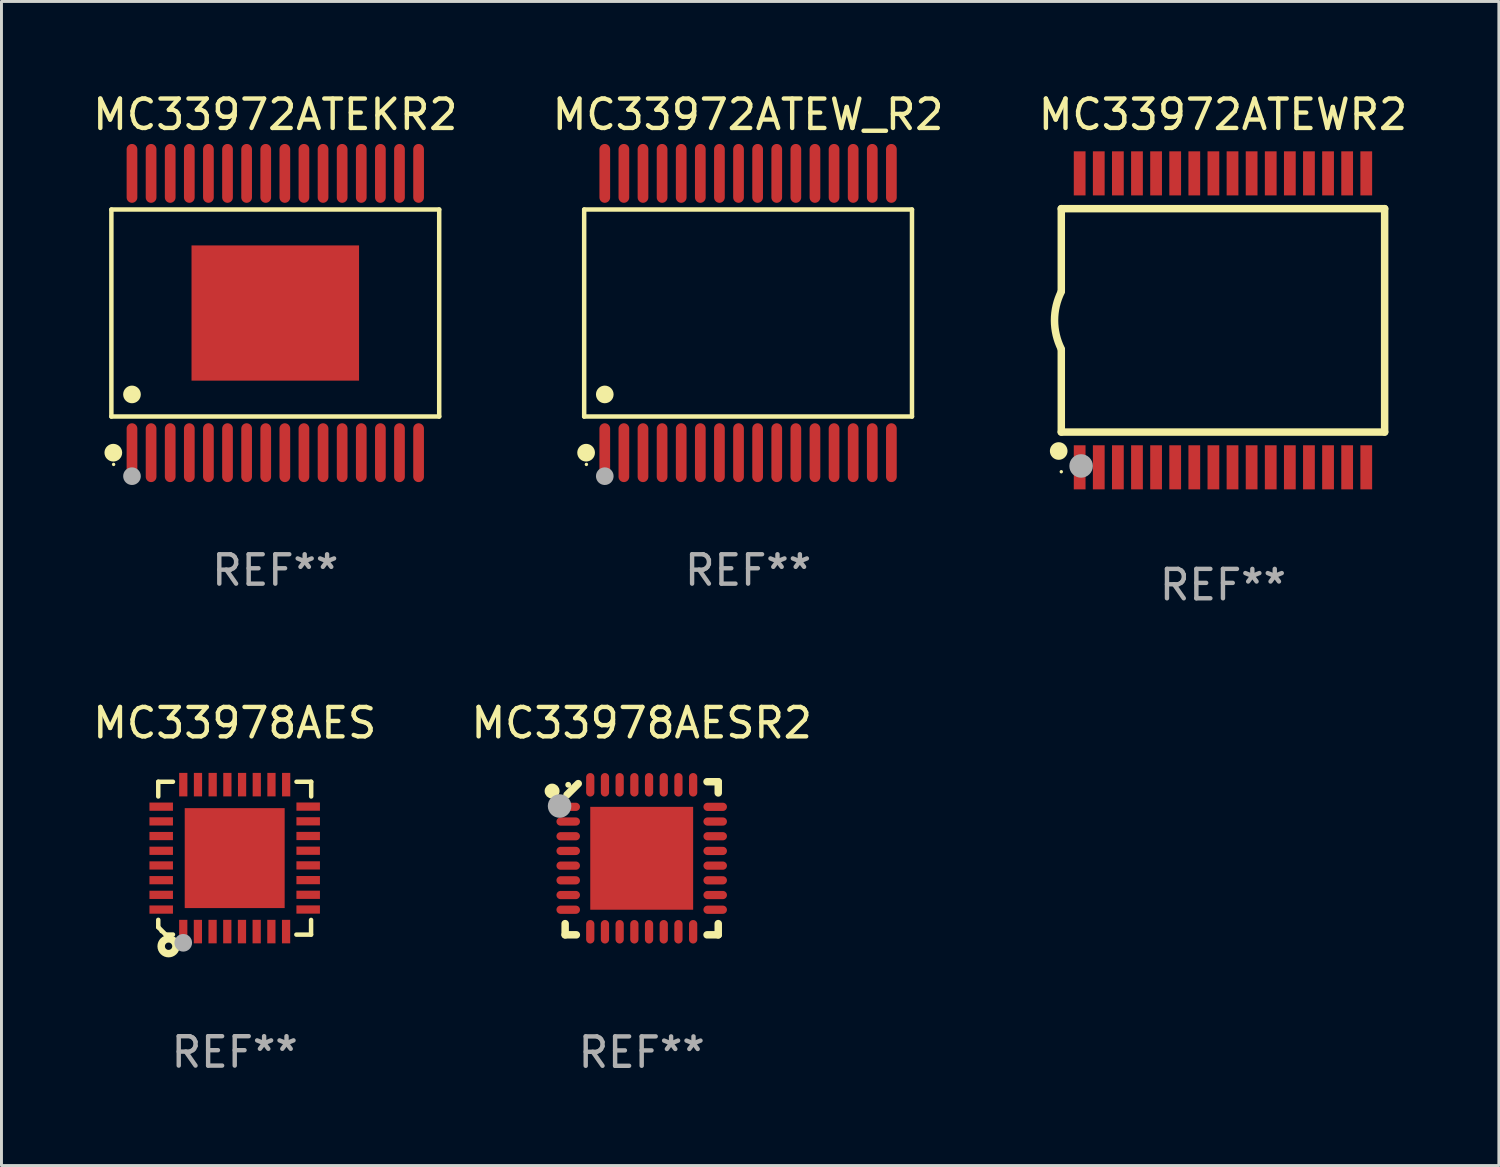
<source format=kicad_pcb>
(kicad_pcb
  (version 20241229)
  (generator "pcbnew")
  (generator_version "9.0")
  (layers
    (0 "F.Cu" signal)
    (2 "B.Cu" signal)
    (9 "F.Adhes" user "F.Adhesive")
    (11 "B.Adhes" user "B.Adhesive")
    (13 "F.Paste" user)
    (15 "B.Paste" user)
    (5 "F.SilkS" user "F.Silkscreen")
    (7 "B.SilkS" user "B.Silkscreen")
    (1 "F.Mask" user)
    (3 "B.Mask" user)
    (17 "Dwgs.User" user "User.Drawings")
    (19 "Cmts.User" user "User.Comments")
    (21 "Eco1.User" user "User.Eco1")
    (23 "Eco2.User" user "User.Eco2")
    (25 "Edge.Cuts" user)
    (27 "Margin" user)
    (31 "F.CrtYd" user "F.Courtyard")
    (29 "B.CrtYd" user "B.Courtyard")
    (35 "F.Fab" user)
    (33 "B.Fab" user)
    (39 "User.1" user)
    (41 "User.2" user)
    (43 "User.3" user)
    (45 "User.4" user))
  (footprint "MC33972ATEW_R2"
    (layer "F.Cu")
    (at 22.399 7.599)
    (property "Reference" "MC33972ATEW_R2" (at 0 -6.751 0) (layer "F.SilkS") (effects (font (size 1 1) (thickness 0.15))))
    (attr through_hole)
    (fp_line (start -5.576 -3.521) (end 5.576 -3.521) (stroke (width 0.152) (type solid)) (layer "F.SilkS"))
    (fp_line (start -5.576 3.521) (end -5.576 -3.521) (stroke (width 0.152) (type solid)) (layer "F.SilkS"))
    (fp_line (start 5.576 -3.521) (end 5.576 3.521) (stroke (width 0.152) (type solid)) (layer "F.SilkS"))
    (fp_line (start 5.576 3.521) (end -5.576 3.521) (stroke (width 0.152) (type solid)) (layer "F.SilkS"))
    (fp_circle (center -5.51 4.751) (end -5.359 4.751) (stroke (width 0.3) (type solid)) (fill no) (layer "F.SilkS"))
    (fp_circle (center -5.5 5.15) (end -5.47 5.15) (stroke (width 0.06) (type solid)) (fill no) (layer "F.SilkS"))
    (fp_circle (center -4.875 2.769) (end -4.725 2.769) (stroke (width 0.3) (type solid)) (fill no) (layer "F.SilkS"))
    (fp_circle (center -4.875 5.55) (end -4.725 5.55) (stroke (width 0.3) (type solid)) (fill no) (layer "F.Fab"))
    (fp_text user "REF**" (at 0 8.751 0) (layer "F.Fab") (effects (font (size 1 1) (thickness 0.15))))
    (pad "1" smd oval (at -4.875 4.751) (size 0.364 2.002) (layers "F.Cu" "F.Mask" "F.Paste"))
    (pad "2" smd oval (at -4.225 4.751) (size 0.364 2.002) (layers "F.Cu" "F.Mask" "F.Paste"))
    (pad "3" smd oval (at -3.575 4.751) (size 0.364 2.002) (layers "F.Cu" "F.Mask" "F.Paste"))
    (pad "4" smd oval (at -2.925 4.751) (size 0.364 2.002) (layers "F.Cu" "F.Mask" "F.Paste"))
    (pad "5" smd oval (at -2.275 4.751) (size 0.364 2.002) (layers "F.Cu" "F.Mask" "F.Paste"))
    (pad "6" smd oval (at -1.625 4.751) (size 0.364 2.002) (layers "F.Cu" "F.Mask" "F.Paste"))
    (pad "7" smd oval (at -0.975 4.751) (size 0.364 2.002) (layers "F.Cu" "F.Mask" "F.Paste"))
    (pad "8" smd oval (at -0.325 4.751) (size 0.364 2.002) (layers "F.Cu" "F.Mask" "F.Paste"))
    (pad "9" smd oval (at 0.325 4.751) (size 0.364 2.002) (layers "F.Cu" "F.Mask" "F.Paste"))
    (pad "10" smd oval (at 0.975 4.751) (size 0.364 2.002) (layers "F.Cu" "F.Mask" "F.Paste"))
    (pad "11" smd oval (at 1.625 4.751) (size 0.364 2.002) (layers "F.Cu" "F.Mask" "F.Paste"))
    (pad "12" smd oval (at 2.275 4.751) (size 0.364 2.002) (layers "F.Cu" "F.Mask" "F.Paste"))
    (pad "13" smd oval (at 2.925 4.751) (size 0.364 2.002) (layers "F.Cu" "F.Mask" "F.Paste"))
    (pad "14" smd oval (at 3.575 4.751) (size 0.364 2.002) (layers "F.Cu" "F.Mask" "F.Paste"))
    (pad "15" smd oval (at 4.225 4.751) (size 0.364 2.002) (layers "F.Cu" "F.Mask" "F.Paste"))
    (pad "16" smd oval (at 4.875 4.751) (size 0.364 2.002) (layers "F.Cu" "F.Mask" "F.Paste"))
    (pad "17" smd oval (at 4.875 -4.751) (size 0.364 2.002) (layers "F.Cu" "F.Mask" "F.Paste"))
    (pad "18" smd oval (at 4.225 -4.751) (size 0.364 2.002) (layers "F.Cu" "F.Mask" "F.Paste"))
    (pad "19" smd oval (at 3.575 -4.751) (size 0.364 2.002) (layers "F.Cu" "F.Mask" "F.Paste"))
    (pad "20" smd oval (at 2.925 -4.751) (size 0.364 2.002) (layers "F.Cu" "F.Mask" "F.Paste"))
    (pad "21" smd oval (at 2.275 -4.751) (size 0.364 2.002) (layers "F.Cu" "F.Mask" "F.Paste"))
    (pad "22" smd oval (at 1.625 -4.751) (size 0.364 2.002) (layers "F.Cu" "F.Mask" "F.Paste"))
    (pad "23" smd oval (at 0.975 -4.751) (size 0.364 2.002) (layers "F.Cu" "F.Mask" "F.Paste"))
    (pad "24" smd oval (at 0.325 -4.751) (size 0.364 2.002) (layers "F.Cu" "F.Mask" "F.Paste"))
    (pad "25" smd oval (at -0.325 -4.751) (size 0.364 2.002) (layers "F.Cu" "F.Mask" "F.Paste"))
    (pad "26" smd oval (at -0.975 -4.751) (size 0.364 2.002) (layers "F.Cu" "F.Mask" "F.Paste"))
    (pad "27" smd oval (at -1.625 -4.751) (size 0.364 2.002) (layers "F.Cu" "F.Mask" "F.Paste"))
    (pad "28" smd oval (at -2.275 -4.751) (size 0.364 2.002) (layers "F.Cu" "F.Mask" "F.Paste"))
    (pad "29" smd oval (at -2.925 -4.751) (size 0.364 2.002) (layers "F.Cu" "F.Mask" "F.Paste"))
    (pad "30" smd oval (at -3.575 -4.751) (size 0.364 2.002) (layers "F.Cu" "F.Mask" "F.Paste"))
    (pad "31" smd oval (at -4.225 -4.751) (size 0.364 2.002) (layers "F.Cu" "F.Mask" "F.Paste"))
    (pad "32" smd oval (at -4.875 -4.751) (size 0.364 2.002) (layers "F.Cu" "F.Mask" "F.Paste")))
  (footprint "MC33972ATEWR2"
    (layer "F.Cu")
    (at 38.554 7.848)
    (property "Reference" "MC33972ATEWR2" (at 0 -7 0) (layer "F.SilkS") (effects (font (size 1 1) (thickness 0.15))))
    (attr through_hole)
    (fp_line (start -5.5 -3.8) (end 5.5 -3.8) (stroke (width 0.254) (type solid)) (layer "F.SilkS"))
    (fp_line (start -5.5 -1) (end -5.5 -3.8) (stroke (width 0.254) (type solid)) (layer "F.SilkS"))
    (fp_line (start -5.5 3.8) (end -5.5 1) (stroke (width 0.254) (type solid)) (layer "F.SilkS"))
    (fp_line (start 5.5 -3.8) (end 5.5 3.8) (stroke (width 0.254) (type solid)) (layer "F.SilkS"))
    (fp_line (start 5.5 3.8) (end -5.5 3.8) (stroke (width 0.254) (type solid)) (layer "F.SilkS"))
    (fp_arc (start -5.499987 0.974777) (mid -5.730155 -0.000229) (end -5.499987 -0.975235) (stroke (width 0.254001) (type solid)) (layer "F.SilkS"))
    (fp_circle (center -5.588 4.445) (end -5.438 4.445) (stroke (width 0.3) (type solid)) (fill no) (layer "F.SilkS"))
    (fp_circle (center -5.5 5.15) (end -5.47 5.15) (stroke (width 0.06) (type solid)) (fill no) (layer "F.SilkS"))
    (fp_circle (center -4.826 4.953) (end -4.626 4.953) (stroke (width 0.4) (type solid)) (fill no) (layer "F.Fab"))
    (fp_text user "REF**" (at 0 9 0) (layer "F.Fab") (effects (font (size 1 1) (thickness 0.15))))
    (pad "1" smd rect (at -4.875 5 180) (size 0.4 1.5) (layers "F.Cu" "F.Mask" "F.Paste"))
    (pad "2" smd rect (at -4.225 5 180) (size 0.4 1.5) (layers "F.Cu" "F.Mask" "F.Paste"))
    (pad "3" smd rect (at -3.575 5 180) (size 0.4 1.5) (layers "F.Cu" "F.Mask" "F.Paste"))
    (pad "4" smd rect (at -2.925 5 180) (size 0.4 1.5) (layers "F.Cu" "F.Mask" "F.Paste"))
    (pad "5" smd rect (at -2.275 5 180) (size 0.4 1.5) (layers "F.Cu" "F.Mask" "F.Paste"))
    (pad "6" smd rect (at -1.625 5 180) (size 0.4 1.5) (layers "F.Cu" "F.Mask" "F.Paste"))
    (pad "7" smd rect (at -0.975 5 180) (size 0.4 1.5) (layers "F.Cu" "F.Mask" "F.Paste"))
    (pad "8" smd rect (at -0.325 5 180) (size 0.4 1.5) (layers "F.Cu" "F.Mask" "F.Paste"))
    (pad "9" smd rect (at 0.325 5 180) (size 0.4 1.5) (layers "F.Cu" "F.Mask" "F.Paste"))
    (pad "10" smd rect (at 0.975 5 180) (size 0.4 1.5) (layers "F.Cu" "F.Mask" "F.Paste"))
    (pad "11" smd rect (at 1.625 5 180) (size 0.4 1.5) (layers "F.Cu" "F.Mask" "F.Paste"))
    (pad "12" smd rect (at 2.275 5 180) (size 0.4 1.5) (layers "F.Cu" "F.Mask" "F.Paste"))
    (pad "13" smd rect (at 2.925 5 180) (size 0.4 1.5) (layers "F.Cu" "F.Mask" "F.Paste"))
    (pad "14" smd rect (at 3.575 5 180) (size 0.4 1.5) (layers "F.Cu" "F.Mask" "F.Paste"))
    (pad "15" smd rect (at 4.225 5 180) (size 0.4 1.5) (layers "F.Cu" "F.Mask" "F.Paste"))
    (pad "16" smd rect (at 4.875 5 180) (size 0.4 1.5) (layers "F.Cu" "F.Mask" "F.Paste"))
    (pad "17" smd rect (at 4.875 -5 180) (size 0.4 1.5) (layers "F.Cu" "F.Mask" "F.Paste"))
    (pad "18" smd rect (at 4.225 -5 180) (size 0.4 1.5) (layers "F.Cu" "F.Mask" "F.Paste"))
    (pad "19" smd rect (at 3.575 -5 180) (size 0.4 1.5) (layers "F.Cu" "F.Mask" "F.Paste"))
    (pad "20" smd rect (at 2.925 -5 180) (size 0.4 1.5) (layers "F.Cu" "F.Mask" "F.Paste"))
    (pad "21" smd rect (at 2.275 -5 180) (size 0.4 1.5) (layers "F.Cu" "F.Mask" "F.Paste"))
    (pad "22" smd rect (at 1.625 -5 180) (size 0.4 1.5) (layers "F.Cu" "F.Mask" "F.Paste"))
    (pad "23" smd rect (at 0.975 -5 180) (size 0.4 1.5) (layers "F.Cu" "F.Mask" "F.Paste"))
    (pad "24" smd rect (at 0.325 -5 180) (size 0.4 1.5) (layers "F.Cu" "F.Mask" "F.Paste"))
    (pad "25" smd rect (at -0.325 -5 180) (size 0.4 1.5) (layers "F.Cu" "F.Mask" "F.Paste"))
    (pad "26" smd rect (at -0.975 -5 180) (size 0.4 1.5) (layers "F.Cu" "F.Mask" "F.Paste"))
    (pad "27" smd rect (at -1.625 -5 180) (size 0.4 1.5) (layers "F.Cu" "F.Mask" "F.Paste"))
    (pad "28" smd rect (at -2.275 -5 180) (size 0.4 1.5) (layers "F.Cu" "F.Mask" "F.Paste"))
    (pad "29" smd rect (at -2.925 -5 180) (size 0.4 1.5) (layers "F.Cu" "F.Mask" "F.Paste"))
    (pad "30" smd rect (at -3.575 -5 180) (size 0.4 1.5) (layers "F.Cu" "F.Mask" "F.Paste"))
    (pad "31" smd rect (at -4.225 -5 180) (size 0.4 1.5) (layers "F.Cu" "F.Mask" "F.Paste"))
    (pad "32" smd rect (at -4.875 -5 180) (size 0.4 1.5) (layers "F.Cu" "F.Mask" "F.Paste")))
  (footprint "MC33978AES"
    (layer "F.Cu")
    (at 4.935 26.145)
    (property "Reference" "MC33978AES" (at 0 -4.6 0) (layer "F.SilkS") (effects (font (size 1 1) (thickness 0.15))))
    (attr through_hole)
    (fp_line (start -2.601 2.097) (end -2.601 2.347) (stroke (width 0.152) (type solid)) (layer "F.SilkS"))
    (fp_line (start -2.601 2.347) (end -2.351 2.597) (stroke (width 0.152) (type solid)) (layer "F.SilkS"))
    (fp_line (start -2.601 -2.6) (end -2.601 -2.1) (stroke (width 0.152) (type solid)) (layer "F.SilkS"))
    (fp_line (start -2.601 -2.6) (end -2.101 -2.6) (stroke (width 0.152) (type solid)) (layer "F.SilkS"))
    (fp_line (start -2.351 2.597) (end -2.101 2.597) (stroke (width 0.152) (type solid)) (layer "F.SilkS"))
    (fp_line (start 2.597 2.6) (end 2.097 2.6) (stroke (width 0.152) (type solid)) (layer "F.SilkS"))
    (fp_line (start 2.597 2.6) (end 2.597 2.1) (stroke (width 0.152) (type solid)) (layer "F.SilkS"))
    (fp_line (start 2.601 -2.6) (end 2.101 -2.6) (stroke (width 0.152) (type solid)) (layer "F.SilkS"))
    (fp_line (start 2.601 -2.6) (end 2.601 -2.1) (stroke (width 0.152) (type solid)) (layer "F.SilkS"))
    (fp_circle (center -2.501 2.497) (end -2.471 2.497) (stroke (width 0.06) (type solid)) (fill no) (layer "F.SilkS"))
    (fp_circle (center -2.25 2.995) (end -2.125 2.995) (stroke (width 0.254) (type solid)) (fill no) (layer "F.SilkS"))
    (fp_circle (center -1.751 2.878) (end -1.601 2.878) (stroke (width 0.3) (type solid)) (fill no) (layer "F.Fab"))
    (fp_text user "REF**" (at 0 6.6 0) (layer "F.Fab") (effects (font (size 1 1) (thickness 0.15))))
    (pad "1" smd rect (at -1.751 2.497) (size 0.28 0.8) (layers "F.Cu" "F.Mask" "F.Paste"))
    (pad "2" smd rect (at -1.253 2.497) (size 0.28 0.8) (layers "F.Cu" "F.Mask" "F.Paste"))
    (pad "3" smd rect (at -0.753 2.497) (size 0.28 0.8) (layers "F.Cu" "F.Mask" "F.Paste"))
    (pad "4" smd rect (at -0.253 2.497) (size 0.28 0.8) (layers "F.Cu" "F.Mask" "F.Paste"))
    (pad "5" smd rect (at 0.247 2.497) (size 0.28 0.8) (layers "F.Cu" "F.Mask" "F.Paste"))
    (pad "6" smd rect (at 0.747 2.497) (size 0.28 0.8) (layers "F.Cu" "F.Mask" "F.Paste"))
    (pad "7" smd rect (at 1.247 2.497) (size 0.28 0.8) (layers "F.Cu" "F.Mask" "F.Paste"))
    (pad "8" smd rect (at 1.747 2.497) (size 0.28 0.8) (layers "F.Cu" "F.Mask" "F.Paste"))
    (pad "9" smd rect (at 2.499 1.746) (size 0.8 0.28) (layers "F.Cu" "F.Mask" "F.Paste"))
    (pad "10" smd rect (at 2.499 1.245) (size 0.8 0.28) (layers "F.Cu" "F.Mask" "F.Paste"))
    (pad "11" smd rect (at 2.499 0.746) (size 0.8 0.28) (layers "F.Cu" "F.Mask" "F.Paste"))
    (pad "12" smd rect (at 2.499 0.245) (size 0.8 0.28) (layers "F.Cu" "F.Mask" "F.Paste"))
    (pad "13" smd rect (at 2.499 -0.254) (size 0.8 0.28) (layers "F.Cu" "F.Mask" "F.Paste"))
    (pad "14" smd rect (at 2.499 -0.755) (size 0.8 0.28) (layers "F.Cu" "F.Mask" "F.Paste"))
    (pad "15" smd rect (at 2.499 -1.254) (size 0.8 0.28) (layers "F.Cu" "F.Mask" "F.Paste"))
    (pad "16" smd rect (at 2.499 -1.755) (size 0.8 0.28) (layers "F.Cu" "F.Mask" "F.Paste"))
    (pad "17" smd rect (at 1.75 -2.502) (size 0.28 0.8) (layers "F.Cu" "F.Mask" "F.Paste"))
    (pad "18" smd rect (at 1.25 -2.502) (size 0.28 0.8) (layers "F.Cu" "F.Mask" "F.Paste"))
    (pad "19" smd rect (at 0.75 -2.502) (size 0.28 0.8) (layers "F.Cu" "F.Mask" "F.Paste"))
    (pad "20" smd rect (at 0.25 -2.502) (size 0.28 0.8) (layers "F.Cu" "F.Mask" "F.Paste"))
    (pad "21" smd rect (at -0.25 -2.502) (size 0.28 0.8) (layers "F.Cu" "F.Mask" "F.Paste"))
    (pad "22" smd rect (at -0.75 -2.502) (size 0.28 0.8) (layers "F.Cu" "F.Mask" "F.Paste"))
    (pad "23" smd rect (at -1.25 -2.502) (size 0.28 0.8) (layers "F.Cu" "F.Mask" "F.Paste"))
    (pad "24" smd rect (at -1.75 -2.502) (size 0.28 0.8) (layers "F.Cu" "F.Mask" "F.Paste"))
    (pad "25" smd rect (at -2.501 -1.753) (size 0.8 0.28) (layers "F.Cu" "F.Mask" "F.Paste"))
    (pad "26" smd rect (at -2.501 -1.252) (size 0.8 0.28) (layers "F.Cu" "F.Mask" "F.Paste"))
    (pad "27" smd rect (at -2.501 -0.753) (size 0.8 0.28) (layers "F.Cu" "F.Mask" "F.Paste"))
    (pad "28" smd rect (at -2.501 -0.252) (size 0.8 0.28) (layers "F.Cu" "F.Mask" "F.Paste"))
    (pad "29" smd rect (at -2.501 0.247) (size 0.8 0.28) (layers "F.Cu" "F.Mask" "F.Paste"))
    (pad "30" smd rect (at -2.501 0.748) (size 0.8 0.28) (layers "F.Cu" "F.Mask" "F.Paste"))
    (pad "31" smd rect (at -2.501 1.247) (size 0.8 0.28) (layers "F.Cu" "F.Mask" "F.Paste"))
    (pad "32" smd rect (at -2.501 1.748) (size 0.8 0.28) (layers "F.Cu" "F.Mask" "F.Paste"))
    (pad "33" smd rect (at -0.001 -0.003 180) (size 3.4 3.4) (layers "F.Cu" "F.Mask" "F.Paste")))
  (footprint "MC33978AESR2"
    (layer "F.Cu")
    (at 18.78 26.148)
    (property "Reference" "MC33978AESR2" (at 0 -4.604 0) (layer "F.SilkS") (effects (font (size 1 1) (thickness 0.15))))
    (attr through_hole)
    (fp_line (start -2.604 2.223) (end -2.604 2.604) (stroke (width 0.254) (type solid)) (layer "F.SilkS"))
    (fp_line (start -2.604 2.604) (end -2.223 2.604) (stroke (width 0.254) (type solid)) (layer "F.SilkS"))
    (fp_line (start -2.159 -2.54) (end -2.54 -2.159) (stroke (width 0.254) (type solid)) (layer "F.SilkS"))
    (fp_line (start 2.223 2.604) (end 2.604 2.604) (stroke (width 0.254) (type solid)) (layer "F.SilkS"))
    (fp_line (start 2.604 -2.604) (end 2.223 -2.604) (stroke (width 0.254) (type solid)) (layer "F.SilkS"))
    (fp_line (start 2.604 -2.223) (end 2.604 -2.604) (stroke (width 0.254) (type solid)) (layer "F.SilkS"))
    (fp_line (start 2.604 2.604) (end 2.604 2.223) (stroke (width 0.254) (type solid)) (layer "F.SilkS"))
    (fp_circle (center -3.048 -2.286) (end -2.921 -2.286) (stroke (width 0.254) (type solid)) (fill no) (layer "F.SilkS"))
    (fp_circle (center -2.5 -2.5) (end -2.45 -2.5) (stroke (width 0.1) (type solid)) (fill no) (layer "F.SilkS"))
    (fp_circle (center -2.794 -1.778) (end -2.594 -1.778) (stroke (width 0.4) (type solid)) (fill no) (layer "F.Fab"))
    (fp_text user "REF**" (at 0 6.604 0) (layer "F.Fab") (effects (font (size 1 1) (thickness 0.15))))
    (pad "1" smd oval (at -2.5 -1.75) (size 0.8 0.28) (layers "F.Cu" "F.Mask" "F.Paste"))
    (pad "2" smd oval (at -2.5 -1.25) (size 0.8 0.28) (layers "F.Cu" "F.Mask" "F.Paste"))
    (pad "3" smd oval (at -2.5 -0.75) (size 0.8 0.28) (layers "F.Cu" "F.Mask" "F.Paste"))
    (pad "4" smd oval (at -2.5 -0.25) (size 0.8 0.28) (layers "F.Cu" "F.Mask" "F.Paste"))
    (pad "5" smd oval (at -2.5 0.25) (size 0.8 0.28) (layers "F.Cu" "F.Mask" "F.Paste"))
    (pad "6" smd oval (at -2.5 0.75) (size 0.8 0.28) (layers "F.Cu" "F.Mask" "F.Paste"))
    (pad "7" smd oval (at -2.5 1.25) (size 0.8 0.28) (layers "F.Cu" "F.Mask" "F.Paste"))
    (pad "8" smd oval (at -2.5 1.75) (size 0.8 0.28) (layers "F.Cu" "F.Mask" "F.Paste"))
    (pad "9" smd oval (at -1.75 2.5) (size 0.28 0.8) (layers "F.Cu" "F.Mask" "F.Paste"))
    (pad "10" smd oval (at -1.25 2.5) (size 0.28 0.8) (layers "F.Cu" "F.Mask" "F.Paste"))
    (pad "11" smd oval (at -0.75 2.5) (size 0.28 0.8) (layers "F.Cu" "F.Mask" "F.Paste"))
    (pad "12" smd oval (at -0.25 2.5) (size 0.28 0.8) (layers "F.Cu" "F.Mask" "F.Paste"))
    (pad "13" smd oval (at 0.25 2.5) (size 0.28 0.8) (layers "F.Cu" "F.Mask" "F.Paste"))
    (pad "14" smd oval (at 0.75 2.5) (size 0.28 0.8) (layers "F.Cu" "F.Mask" "F.Paste"))
    (pad "15" smd oval (at 1.25 2.5) (size 0.28 0.8) (layers "F.Cu" "F.Mask" "F.Paste"))
    (pad "16" smd oval (at 1.75 2.5) (size 0.28 0.8) (layers "F.Cu" "F.Mask" "F.Paste"))
    (pad "17" smd oval (at 2.5 1.75) (size 0.8 0.28) (layers "F.Cu" "F.Mask" "F.Paste"))
    (pad "18" smd oval (at 2.5 1.25) (size 0.8 0.28) (layers "F.Cu" "F.Mask" "F.Paste"))
    (pad "19" smd oval (at 2.5 0.75) (size 0.8 0.28) (layers "F.Cu" "F.Mask" "F.Paste"))
    (pad "20" smd oval (at 2.5 0.25) (size 0.8 0.28) (layers "F.Cu" "F.Mask" "F.Paste"))
    (pad "21" smd oval (at 2.5 -0.25) (size 0.8 0.28) (layers "F.Cu" "F.Mask" "F.Paste"))
    (pad "22" smd oval (at 2.5 -0.75) (size 0.8 0.28) (layers "F.Cu" "F.Mask" "F.Paste"))
    (pad "23" smd oval (at 2.5 -1.25) (size 0.8 0.28) (layers "F.Cu" "F.Mask" "F.Paste"))
    (pad "24" smd oval (at 2.5 -1.75) (size 0.8 0.28) (layers "F.Cu" "F.Mask" "F.Paste"))
    (pad "25" smd oval (at 1.75 -2.5) (size 0.28 0.8) (layers "F.Cu" "F.Mask" "F.Paste"))
    (pad "26" smd oval (at 1.25 -2.5) (size 0.28 0.8) (layers "F.Cu" "F.Mask" "F.Paste"))
    (pad "27" smd oval (at 0.75 -2.5) (size 0.28 0.8) (layers "F.Cu" "F.Mask" "F.Paste"))
    (pad "28" smd oval (at 0.25 -2.5) (size 0.28 0.8) (layers "F.Cu" "F.Mask" "F.Paste"))
    (pad "29" smd oval (at -0.25 -2.5) (size 0.28 0.8) (layers "F.Cu" "F.Mask" "F.Paste"))
    (pad "30" smd oval (at -0.75 -2.5) (size 0.28 0.8) (layers "F.Cu" "F.Mask" "F.Paste"))
    (pad "31" smd oval (at -1.25 -2.5) (size 0.28 0.8) (layers "F.Cu" "F.Mask" "F.Paste"))
    (pad "32" smd oval (at -1.75 -2.5) (size 0.28 0.8) (layers "F.Cu" "F.Mask" "F.Paste"))
    (pad "33" smd rect (at 0.000076 0.000076) (size 3.5 3.5) (layers "F.Cu" "F.Mask" "F.Paste")))
  (footprint "MC33972ATEKR2"
    (layer "F.Cu")
    (at 6.315 7.599)
    (property "Reference" "MC33972ATEKR2" (at 0 -6.751 0) (layer "F.SilkS") (effects (font (size 1 1) (thickness 0.15))))
    (attr through_hole)
    (fp_line (start -5.576 -3.521) (end 5.576 -3.521) (stroke (width 0.152) (type solid)) (layer "F.SilkS"))
    (fp_line (start -5.576 3.521) (end -5.576 -3.521) (stroke (width 0.152) (type solid)) (layer "F.SilkS"))
    (fp_line (start 5.576 -3.521) (end 5.576 3.521) (stroke (width 0.152) (type solid)) (layer "F.SilkS"))
    (fp_line (start 5.576 3.521) (end -5.576 3.521) (stroke (width 0.152) (type solid)) (layer "F.SilkS"))
    (fp_circle (center -5.51 4.751) (end -5.359 4.751) (stroke (width 0.3) (type solid)) (fill no) (layer "F.SilkS"))
    (fp_circle (center -5.5 5.15) (end -5.47 5.15) (stroke (width 0.06) (type solid)) (fill no) (layer "F.SilkS"))
    (fp_circle (center -4.875 2.769) (end -4.725 2.769) (stroke (width 0.3) (type solid)) (fill no) (layer "F.SilkS"))
    (fp_circle (center -4.875 5.55) (end -4.725 5.55) (stroke (width 0.3) (type solid)) (fill no) (layer "F.Fab"))
    (fp_text user "REF**" (at 0 8.751 0) (layer "F.Fab") (effects (font (size 1 1) (thickness 0.15))))
    (pad "1" smd oval (at -4.875 4.751) (size 0.364 2.002) (layers "F.Cu" "F.Mask" "F.Paste"))
    (pad "2" smd oval (at -4.225 4.751) (size 0.364 2.002) (layers "F.Cu" "F.Mask" "F.Paste"))
    (pad "3" smd oval (at -3.575 4.751) (size 0.364 2.002) (layers "F.Cu" "F.Mask" "F.Paste"))
    (pad "4" smd oval (at -2.925 4.751) (size 0.364 2.002) (layers "F.Cu" "F.Mask" "F.Paste"))
    (pad "5" smd oval (at -2.275 4.751) (size 0.364 2.002) (layers "F.Cu" "F.Mask" "F.Paste"))
    (pad "6" smd oval (at -1.625 4.751) (size 0.364 2.002) (layers "F.Cu" "F.Mask" "F.Paste"))
    (pad "7" smd oval (at -0.975 4.751) (size 0.364 2.002) (layers "F.Cu" "F.Mask" "F.Paste"))
    (pad "8" smd oval (at -0.325 4.751) (size 0.364 2.002) (layers "F.Cu" "F.Mask" "F.Paste"))
    (pad "9" smd oval (at 0.325 4.751) (size 0.364 2.002) (layers "F.Cu" "F.Mask" "F.Paste"))
    (pad "10" smd oval (at 0.975 4.751) (size 0.364 2.002) (layers "F.Cu" "F.Mask" "F.Paste"))
    (pad "11" smd oval (at 1.625 4.751) (size 0.364 2.002) (layers "F.Cu" "F.Mask" "F.Paste"))
    (pad "12" smd oval (at 2.275 4.751) (size 0.364 2.002) (layers "F.Cu" "F.Mask" "F.Paste"))
    (pad "13" smd oval (at 2.925 4.751) (size 0.364 2.002) (layers "F.Cu" "F.Mask" "F.Paste"))
    (pad "14" smd oval (at 3.575 4.751) (size 0.364 2.002) (layers "F.Cu" "F.Mask" "F.Paste"))
    (pad "15" smd oval (at 4.225 4.751) (size 0.364 2.002) (layers "F.Cu" "F.Mask" "F.Paste"))
    (pad "16" smd oval (at 4.875 4.751) (size 0.364 2.002) (layers "F.Cu" "F.Mask" "F.Paste"))
    (pad "17" smd oval (at 4.875 -4.751) (size 0.364 2.002) (layers "F.Cu" "F.Mask" "F.Paste"))
    (pad "18" smd oval (at 4.225 -4.751) (size 0.364 2.002) (layers "F.Cu" "F.Mask" "F.Paste"))
    (pad "19" smd oval (at 3.575 -4.751) (size 0.364 2.002) (layers "F.Cu" "F.Mask" "F.Paste"))
    (pad "20" smd oval (at 2.925 -4.751) (size 0.364 2.002) (layers "F.Cu" "F.Mask" "F.Paste"))
    (pad "21" smd oval (at 2.275 -4.751) (size 0.364 2.002) (layers "F.Cu" "F.Mask" "F.Paste"))
    (pad "22" smd oval (at 1.625 -4.751) (size 0.364 2.002) (layers "F.Cu" "F.Mask" "F.Paste"))
    (pad "23" smd oval (at 0.975 -4.751) (size 0.364 2.002) (layers "F.Cu" "F.Mask" "F.Paste"))
    (pad "24" smd oval (at 0.325 -4.751) (size 0.364 2.002) (layers "F.Cu" "F.Mask" "F.Paste"))
    (pad "25" smd oval (at -0.325 -4.751) (size 0.364 2.002) (layers "F.Cu" "F.Mask" "F.Paste"))
    (pad "26" smd oval (at -0.975 -4.751) (size 0.364 2.002) (layers "F.Cu" "F.Mask" "F.Paste"))
    (pad "27" smd oval (at -1.625 -4.751) (size 0.364 2.002) (layers "F.Cu" "F.Mask" "F.Paste"))
    (pad "28" smd oval (at -2.275 -4.751) (size 0.364 2.002) (layers "F.Cu" "F.Mask" "F.Paste"))
    (pad "29" smd oval (at -2.925 -4.751) (size 0.364 2.002) (layers "F.Cu" "F.Mask" "F.Paste"))
    (pad "30" smd oval (at -3.575 -4.751) (size 0.364 2.002) (layers "F.Cu" "F.Mask" "F.Paste"))
    (pad "31" smd oval (at -4.225 -4.751) (size 0.364 2.002) (layers "F.Cu" "F.Mask" "F.Paste"))
    (pad "32" smd oval (at -4.875 -4.751) (size 0.364 2.002) (layers "F.Cu" "F.Mask" "F.Paste"))
    (pad "33" smd rect (at 0 0) (size 5.7 4.6) (layers "F.Cu" "F.Mask" "F.Paste")))
  (gr_rect
    (start -3 -3)
    (end 47.94 36.6)
    (stroke (width 0.1) (type default))
    (fill no)
    (layer "Edge.Cuts")))
</source>
